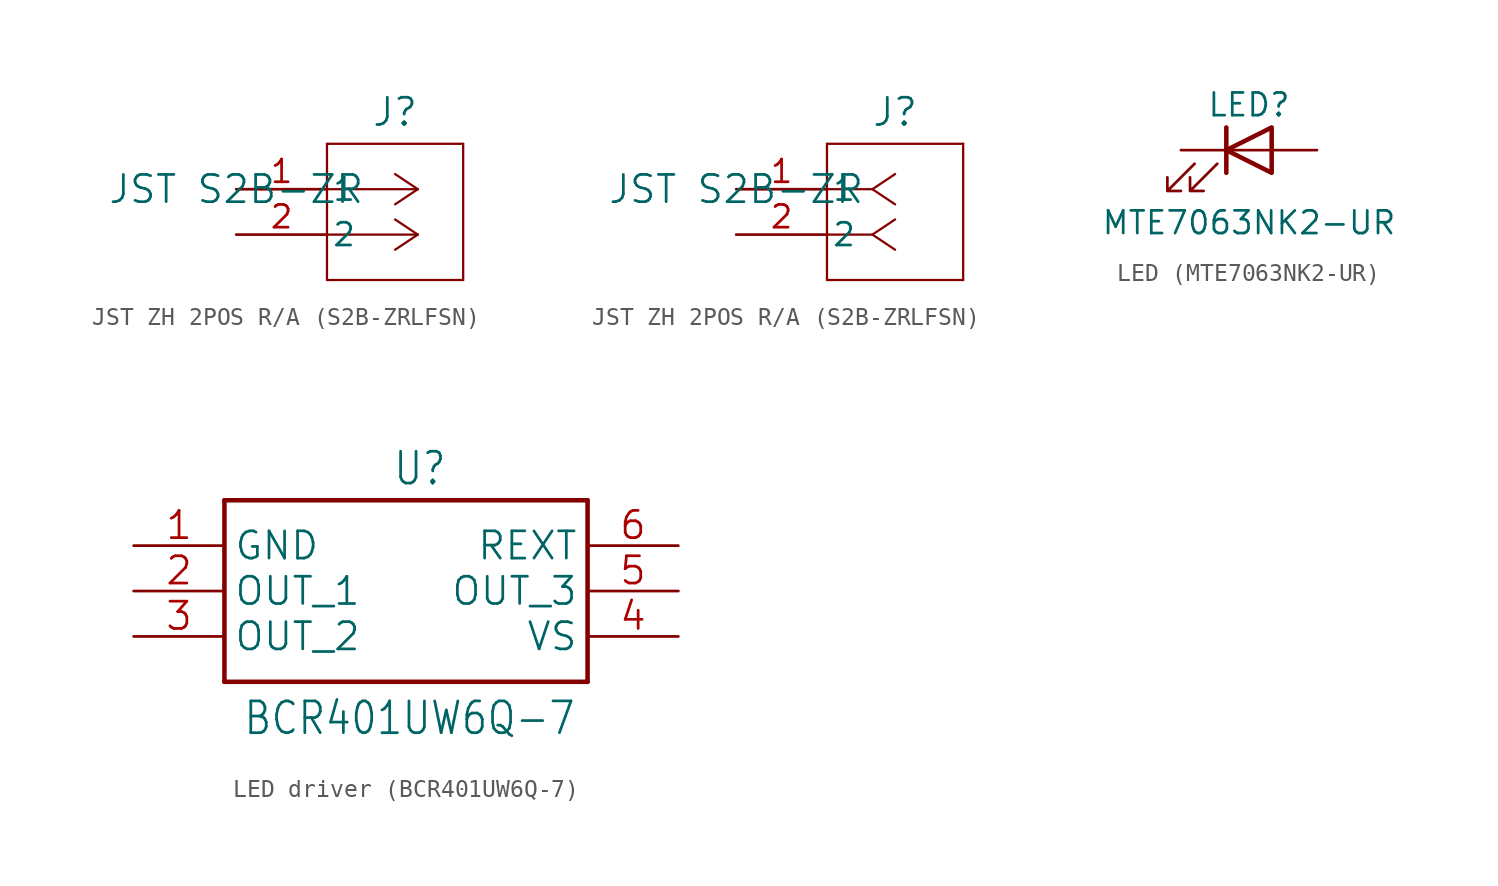
<source format=kicad_sym>
(kicad_symbol_lib
  (version 20241209)
  (generator "kicad_symbol_editor")
  (generator_version "9.0")
  (symbol "JST ZH 2POS R/A (S2B-ZRLFSN)"
    (pin_names
      (offset 0.254))
    (property "Reference" "J"
      (at 8.89 4.318 0)
      (effects (font (size 1.524 1.524))))
    (property "Value" "JST S2B-ZR"
      (at 0 0 0)
      (effects (font (size 1.524 1.524))))
    (symbol "JST ZH 2POS R/A (S2B-ZRLFSN)_1_1"
      (polyline (pts (xy 5.08 2.54) (xy 5.08 -5.08)) (stroke (width 0.127) (type default)) (fill (type none)))
      (polyline (pts (xy 5.08 -5.08) (xy 12.7 -5.08)) (stroke (width 0.127) (type default)) (fill (type none)))
      (polyline (pts (xy 10.16 0) (xy 5.08 0)) (stroke (width 0.127) (type default)) (fill (type none)))
      (polyline (pts (xy 10.16 0) (xy 8.89 0.847)) (stroke (width 0.127) (type default)) (fill (type none)))
      (polyline (pts (xy 10.16 0) (xy 8.89 -0.847)) (stroke (width 0.127) (type default)) (fill (type none)))
      (polyline (pts (xy 10.16 -2.54) (xy 5.08 -2.54)) (stroke (width 0.127) (type default)) (fill (type none)))
      (polyline (pts (xy 10.16 -2.54) (xy 8.89 -1.693)) (stroke (width 0.127) (type default)) (fill (type none)))
      (polyline (pts (xy 10.16 -2.54) (xy 8.89 -3.387)) (stroke (width 0.127) (type default)) (fill (type none)))
      (polyline (pts (xy 12.7 2.54) (xy 5.08 2.54)) (stroke (width 0.127) (type default)) (fill (type none)))
      (polyline (pts (xy 12.7 -5.08) (xy 12.7 2.54)) (stroke (width 0.127) (type default)) (fill (type none)))
      (pin unspecified line (at 0 0 0) (length 5.08) (name "1" (effects (font (size 1.27 1.27)))) (number "1" (effects (font (size 1.27 1.27)))))
      (pin unspecified line (at 0 -2.54 0) (length 5.08) (name "2" (effects (font (size 1.27 1.27)))) (number "2" (effects (font (size 1.27 1.27))))))
    (symbol "JST ZH 2POS R/A (S2B-ZRLFSN)_1_2"
      (polyline (pts (xy 5.08 2.54) (xy 5.08 -5.08)) (stroke (width 0.127) (type default)) (fill (type none)))
      (polyline (pts (xy 5.08 -5.08) (xy 12.7 -5.08)) (stroke (width 0.127) (type default)) (fill (type none)))
      (polyline (pts (xy 7.62 0) (xy 5.08 0)) (stroke (width 0.127) (type default)) (fill (type none)))
      (polyline (pts (xy 7.62 0) (xy 8.89 0.847)) (stroke (width 0.127) (type default)) (fill (type none)))
      (polyline (pts (xy 7.62 0) (xy 8.89 -0.847)) (stroke (width 0.127) (type default)) (fill (type none)))
      (polyline (pts (xy 7.62 -2.54) (xy 5.08 -2.54)) (stroke (width 0.127) (type default)) (fill (type none)))
      (polyline (pts (xy 7.62 -2.54) (xy 8.89 -1.693)) (stroke (width 0.127) (type default)) (fill (type none)))
      (polyline (pts (xy 7.62 -2.54) (xy 8.89 -3.387)) (stroke (width 0.127) (type default)) (fill (type none)))
      (polyline (pts (xy 12.7 2.54) (xy 5.08 2.54)) (stroke (width 0.127) (type default)) (fill (type none)))
      (polyline (pts (xy 12.7 -5.08) (xy 12.7 2.54)) (stroke (width 0.127) (type default)) (fill (type none)))
      (pin unspecified line (at 0 0 0) (length 5.08) (name "1" (effects (font (size 1.27 1.27)))) (number "1" (effects (font (size 1.27 1.27)))))
      (pin unspecified line (at 0 -2.54 0) (length 5.08) (name "2" (effects (font (size 1.27 1.27)))) (number "2" (effects (font (size 1.27 1.27)))))))
  (symbol "LED (MTE7063NK2-UR)"
    (pin_numbers
      (hide yes))
    (pin_names
      (offset 1.016)
      (hide yes))
    (property "Reference" "LED"
      (at 0 2.54 0)
      (effects (font (size 1.27 1.27))))
    (property "Value" "MTE7063NK2-UR"
      (at 0 -4.064 0)
      (effects (font (size 1.27 1.27))))
    (symbol "LED (MTE7063NK2-UR)_0_1"
      (polyline (pts (xy -3.048 -0.762) (xy -4.572 -2.286) (xy -3.81 -2.286) (xy -4.572 -2.286) (xy -4.572 -1.524)) (stroke (width 0) (type default)) (fill (type none)))
      (polyline (pts (xy -1.778 -0.762) (xy -3.302 -2.286) (xy -2.54 -2.286) (xy -3.302 -2.286) (xy -3.302 -1.524)) (stroke (width 0) (type default)) (fill (type none)))
      (polyline (pts (xy -1.27 0) (xy 1.27 0)) (stroke (width 0) (type default)) (fill (type none)))
      (polyline (pts (xy -1.27 -1.27) (xy -1.27 1.27)) (stroke (width 0.254) (type default)) (fill (type none)))
      (polyline (pts (xy 1.27 -1.27) (xy 1.27 1.27) (xy -1.27 0) (xy 1.27 -1.27)) (stroke (width 0.254) (type default)) (fill (type none))))
    (symbol "LED (MTE7063NK2-UR)_1_1"
      (pin passive line (at -3.81 0 0) (length 2.54) (name "K" (effects (font (size 1.27 1.27)))) (number "1" (effects (font (size 1.27 1.27)))))
      (pin passive line (at 3.81 0 180) (length 2.54) (name "A" (effects (font (size 1.27 1.27)))) (number "2" (effects (font (size 1.27 1.27)))))))
  (symbol "LED driver (BCR401UW6Q-7)"
    (property "Reference" "U"
      (at 14.478 4.318 0)
      (effects (font (size 1.778 1.511)) (justify left)))
    (property "Value" "BCR401UW6Q-7"
      (at 6.096 -9.652 0)
      (effects (font (size 1.778 1.511)) (justify left)))
    (symbol "LED driver (BCR401UW6Q-7)_1_0"
      (polyline (pts (xy 5.08 2.54) (xy 5.08 -7.62)) (stroke (width 0.254) (type solid)) (fill (type none)))
      (polyline (pts (xy 5.08 2.54) (xy 25.4 2.54)) (stroke (width 0.254) (type solid)) (fill (type none)))
      (polyline (pts (xy 25.4 -7.62) (xy 5.08 -7.62)) (stroke (width 0.254) (type solid)) (fill (type none)))
      (polyline (pts (xy 25.4 -7.62) (xy 25.4 2.54)) (stroke (width 0.254) (type solid)) (fill (type none)))
      (pin bidirectional line (at 0 0 0) (length 5.08) (name "GND" (effects (font (size 1.524 1.524)))) (number "1" (effects (font (size 1.524 1.524)))))
      (pin bidirectional line (at 0 -2.54 0) (length 5.08) (name "OUT_1" (effects (font (size 1.524 1.524)))) (number "2" (effects (font (size 1.524 1.524)))))
      (pin bidirectional line (at 0 -5.08 0) (length 5.08) (name "OUT_2" (effects (font (size 1.524 1.524)))) (number "3" (effects (font (size 1.524 1.524)))))
      (pin bidirectional line (at 30.48 0 180) (length 5.08) (name "REXT" (effects (font (size 1.524 1.524)))) (number "6" (effects (font (size 1.524 1.524)))))
      (pin bidirectional line (at 30.48 -2.54 180) (length 5.08) (name "OUT_3" (effects (font (size 1.524 1.524)))) (number "5" (effects (font (size 1.524 1.524)))))
      (pin bidirectional line (at 30.48 -5.08 180) (length 5.08) (name "VS" (effects (font (size 1.524 1.524)))) (number "4" (effects (font (size 1.524 1.524))))))))
</source>
